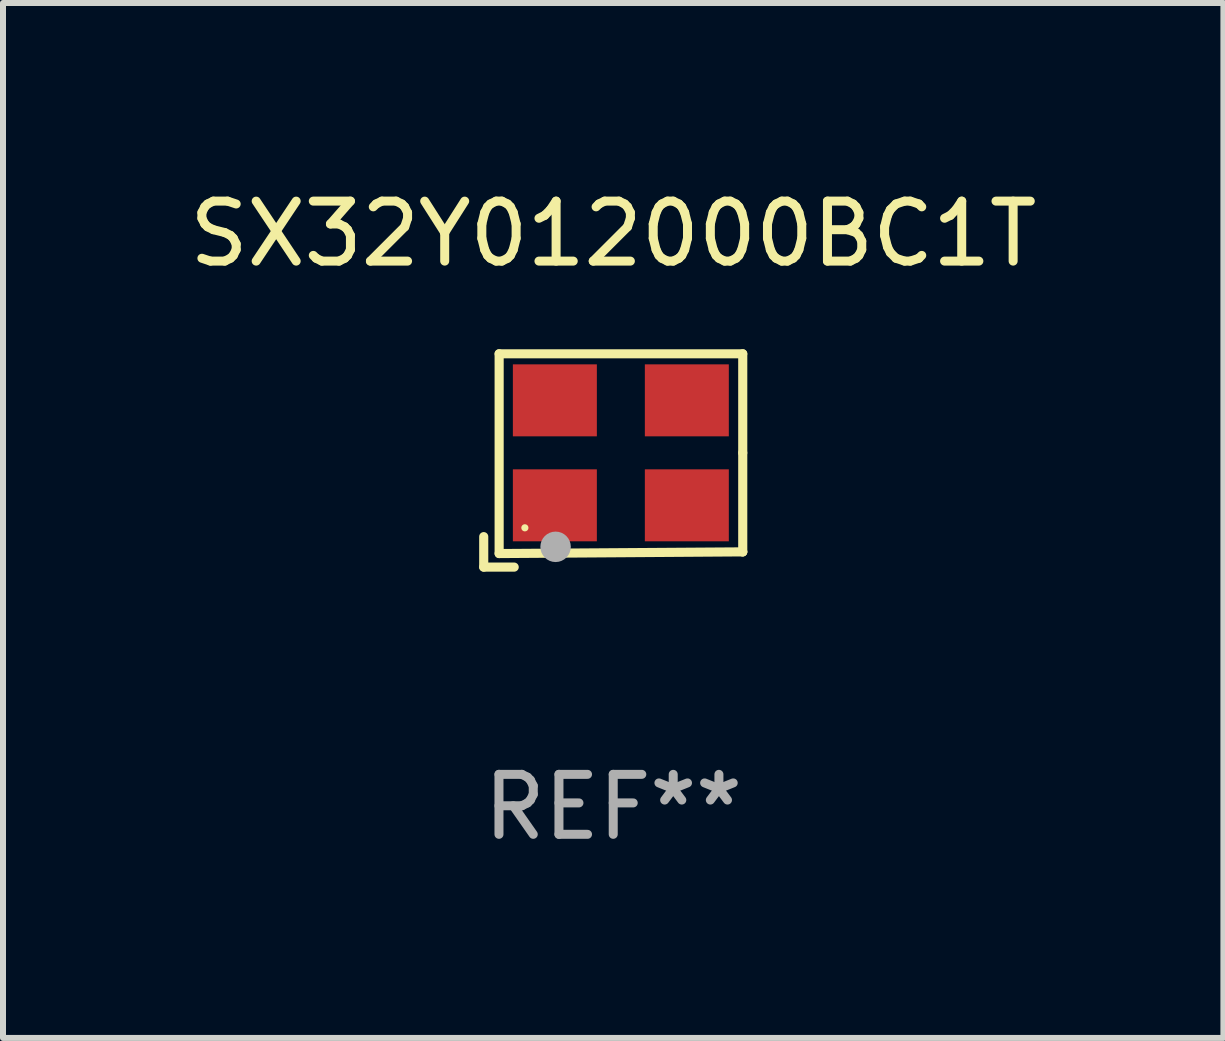
<source format=kicad_pcb>
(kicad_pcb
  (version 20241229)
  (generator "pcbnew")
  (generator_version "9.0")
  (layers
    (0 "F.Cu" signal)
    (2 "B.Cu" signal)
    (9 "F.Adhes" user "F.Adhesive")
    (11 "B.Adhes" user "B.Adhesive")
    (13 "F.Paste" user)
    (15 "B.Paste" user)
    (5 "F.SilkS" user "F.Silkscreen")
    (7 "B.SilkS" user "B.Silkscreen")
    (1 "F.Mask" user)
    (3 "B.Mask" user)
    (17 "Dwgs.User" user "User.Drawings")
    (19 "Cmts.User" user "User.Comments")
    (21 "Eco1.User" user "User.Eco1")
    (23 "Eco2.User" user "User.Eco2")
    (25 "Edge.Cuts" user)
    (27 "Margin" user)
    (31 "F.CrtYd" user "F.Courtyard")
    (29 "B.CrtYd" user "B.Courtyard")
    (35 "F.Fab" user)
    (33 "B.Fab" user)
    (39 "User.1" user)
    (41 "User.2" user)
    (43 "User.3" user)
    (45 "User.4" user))
  (footprint "SX32Y012000BC1T"
    (layer "F.Cu")
    (at 7.173 4.626)
    (property "Reference" "SX32Y012000BC1T" (at 0 -3.778 0) (layer "F.SilkS") (effects (font (size 1 1) (thickness 0.15))))
    (attr through_hole)
    (fp_line (start -2.159 1.27) (end -2.159 1.778) (stroke (width 0.152) (type solid)) (layer "F.SilkS"))
    (fp_line (start -2.159 1.778) (end -1.651 1.778) (stroke (width 0.152) (type solid)) (layer "F.SilkS"))
    (fp_line (start -1.902 -1.778) (end 2.159 -1.778) (stroke (width 0.152) (type solid)) (layer "F.SilkS"))
    (fp_line (start -1.902 1.552) (end -1.902 -1.778) (stroke (width 0.152) (type solid)) (layer "F.SilkS"))
    (fp_line (start 2.159 -1.778) (end 2.159 -0.127) (stroke (width 0.152) (type solid)) (layer "F.SilkS"))
    (fp_line (start 2.159 -0.127) (end 2.159 1.524) (stroke (width 0.152) (type solid)) (layer "F.SilkS"))
    (fp_line (start 2.159 1.524) (end -1.902 1.552) (stroke (width 0.152) (type solid)) (layer "F.SilkS"))
    (fp_line (start 2.159 1.524) (end 2.159 1.524) (stroke (width 0.152) (type solid)) (layer "F.SilkS"))
    (fp_circle (center -1.473 1.123) (end -1.443 1.123) (stroke (width 0.06) (type solid)) (fill no) (layer "F.SilkS"))
    (fp_circle (center -0.961 1.44) (end -0.834 1.44) (stroke (width 0.254) (type solid)) (fill no) (layer "F.Fab"))
    (fp_text user "REF**" (at 0 5.778 0) (layer "F.Fab") (effects (font (size 1 1) (thickness 0.15))))
    (pad "1" smd rect (at -0.973 0.748) (size 1.4 1.2) (layers "F.Cu" "F.Mask" "F.Paste"))
    (pad "2" smd rect (at 1.227 0.748) (size 1.4 1.2) (layers "F.Cu" "F.Mask" "F.Paste"))
    (pad "3" smd rect (at 1.227 -1.002) (size 1.4 1.2) (layers "F.Cu" "F.Mask" "F.Paste"))
    (pad "4" smd rect (at -0.973 -1.002) (size 1.4 1.2) (layers "F.Cu" "F.Mask" "F.Paste")))
  (gr_rect
    (start -3 -3)
    (end 17.345 14.253)
    (stroke (width 0.1) (type default))
    (fill no)
    (layer "Edge.Cuts")))
</source>
